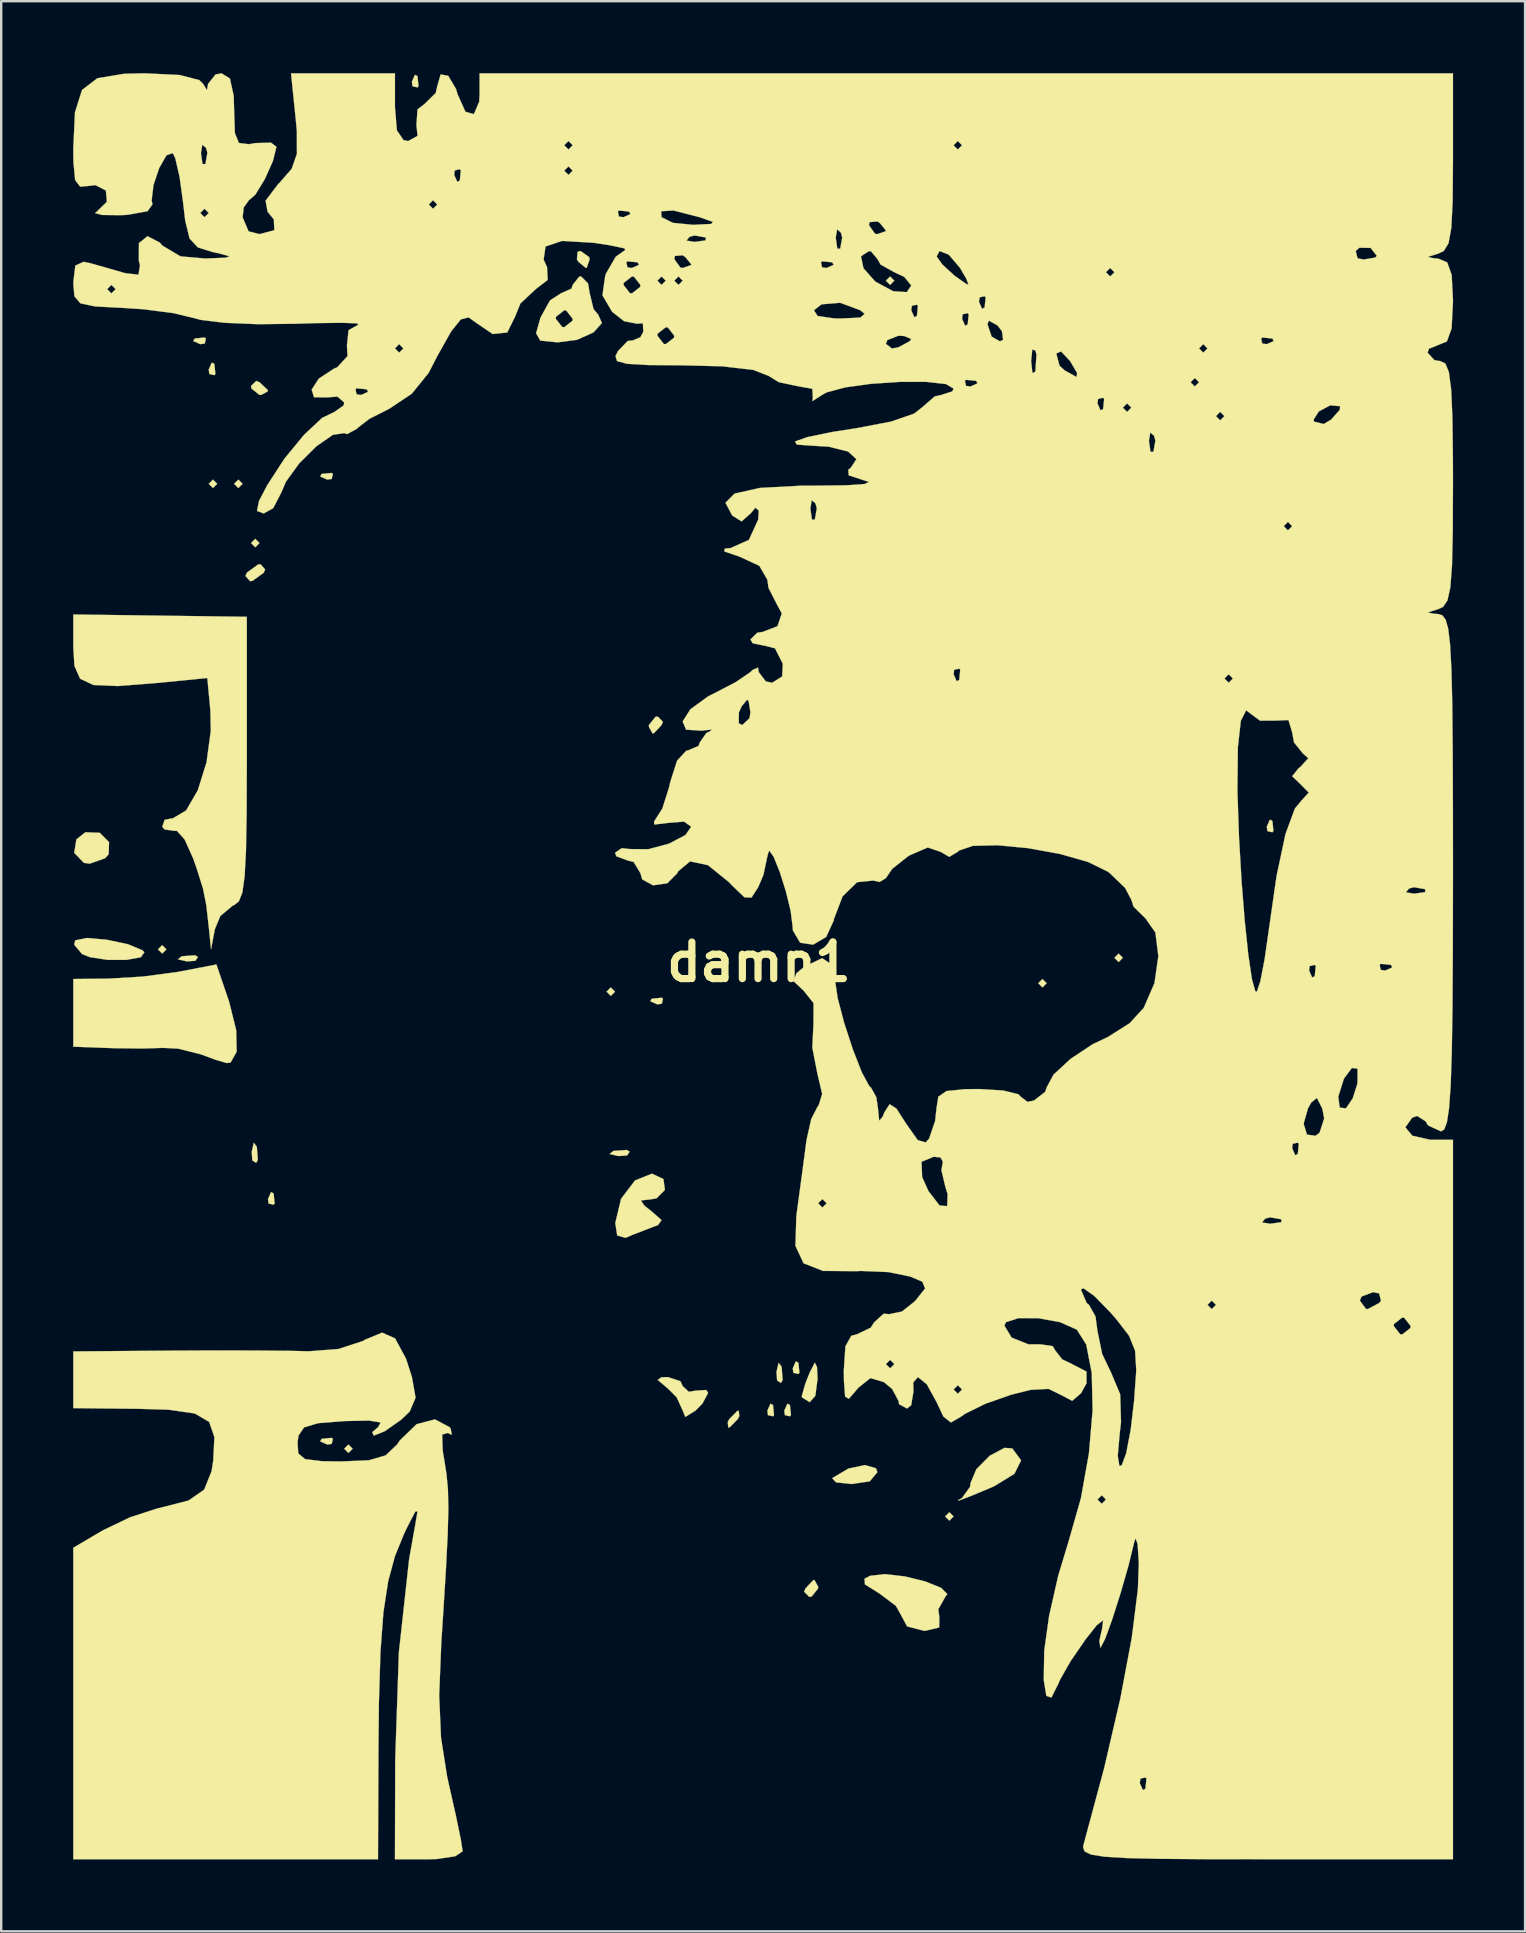
<source format=kicad_pcb>
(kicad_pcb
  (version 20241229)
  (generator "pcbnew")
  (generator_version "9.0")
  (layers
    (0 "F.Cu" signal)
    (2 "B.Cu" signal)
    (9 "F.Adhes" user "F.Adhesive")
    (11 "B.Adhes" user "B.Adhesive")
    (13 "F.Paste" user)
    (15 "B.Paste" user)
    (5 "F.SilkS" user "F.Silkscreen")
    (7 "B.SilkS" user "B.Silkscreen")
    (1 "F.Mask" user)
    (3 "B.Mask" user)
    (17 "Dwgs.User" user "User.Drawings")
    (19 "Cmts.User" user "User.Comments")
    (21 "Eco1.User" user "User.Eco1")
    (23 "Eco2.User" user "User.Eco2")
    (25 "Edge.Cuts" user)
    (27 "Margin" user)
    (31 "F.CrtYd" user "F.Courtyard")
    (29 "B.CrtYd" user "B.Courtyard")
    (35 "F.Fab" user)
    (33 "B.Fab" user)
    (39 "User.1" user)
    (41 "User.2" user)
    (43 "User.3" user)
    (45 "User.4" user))
  (footprint "damn1"
    (layer "F.Cu")
    (at 28.58 37.047)
    (property "Reference" "damn1" (at 0 0 0) (layer "F.SilkS") (effects (font (size 1.524 1.524) (thickness 0.3))))
    (attr through_hole)
    (fp_poly (pts (xy -24.694 -0.529) (xy -24.871 -0.353) (xy -25.047 -0.529) (xy -24.871 -0.706) (xy -24.694 -0.529)) (stroke (width 0.01) (type solid)) (fill yes) (layer "F.SilkS"))
    (fp_poly (pts (xy -22.578 -19.932) (xy -22.754 -19.756) (xy -22.931 -19.932) (xy -22.754 -20.108) (xy -22.578 -19.932)) (stroke (width 0.01) (type solid)) (fill yes) (layer "F.SilkS"))
    (fp_poly (pts (xy -21.519 -19.932) (xy -21.696 -19.756) (xy -21.872 -19.932) (xy -21.696 -20.108) (xy -21.519 -19.932)) (stroke (width 0.01) (type solid)) (fill yes) (layer "F.SilkS"))
    (fp_poly (pts (xy -20.814 -17.462) (xy -20.99 -17.286) (xy -21.167 -17.462) (xy -20.99 -17.639) (xy -20.814 -17.462)) (stroke (width 0.01) (type solid)) (fill yes) (layer "F.SilkS"))
    (fp_poly (pts (xy -16.933 20.285) (xy -17.11 20.461) (xy -17.286 20.285) (xy -17.11 20.108) (xy -16.933 20.285)) (stroke (width 0.01) (type solid)) (fill yes) (layer "F.SilkS"))
    (fp_poly (pts (xy -5.997 1.235) (xy -6.174 1.411) (xy -6.35 1.235) (xy -6.174 1.058) (xy -5.997 1.235)) (stroke (width 0.01) (type solid)) (fill yes) (layer "F.SilkS"))
    (fp_poly (pts (xy 5.644 -28.399) (xy 5.468 -28.222) (xy 5.292 -28.399) (xy 5.468 -28.575) (xy 5.644 -28.399)) (stroke (width 0.01) (type solid)) (fill yes) (layer "F.SilkS"))
    (fp_poly (pts (xy 8.114 23.107) (xy 7.938 23.283) (xy 7.761 23.107) (xy 7.938 22.931) (xy 8.114 23.107)) (stroke (width 0.01) (type solid)) (fill yes) (layer "F.SilkS"))
    (fp_poly (pts (xy 11.994 0.882) (xy 11.818 1.058) (xy 11.642 0.882) (xy 11.818 0.706) (xy 11.994 0.882)) (stroke (width 0.01) (type solid)) (fill yes) (layer "F.SilkS"))
    (fp_poly (pts (xy 15.169 -0.176) (xy 14.993 0) (xy 14.817 -0.176) (xy 14.993 -0.353) (xy 15.169 -0.176)) (stroke (width 0.01) (type solid)) (fill yes) (layer "F.SilkS"))
    (fp_poly (pts (xy -23.379 -0.213) (xy -23.484 -0.053) (xy -23.842 -0.028) (xy -24.218 -0.114) (xy -24.055 -0.241) (xy -23.504 -0.283) (xy -23.379 -0.213)) (stroke (width 0.01) (type solid)) (fill yes) (layer "F.SilkS"))
    (fp_poly (pts (xy -23.048 -25.988) (xy -23.097 -25.778) (xy -23.283 -25.753) (xy -23.574 -25.882) (xy -23.519 -25.988) (xy -23.1 -26.03) (xy -23.048 -25.988)) (stroke (width 0.01) (type solid)) (fill yes) (layer "F.SilkS"))
    (fp_poly (pts (xy -22.695 -24.93) (xy -22.653 -24.511) (xy -22.695 -24.459) (xy -22.905 -24.508) (xy -22.931 -24.694) (xy -22.801 -24.985) (xy -22.695 -24.93)) (stroke (width 0.01) (type solid)) (fill yes) (layer "F.SilkS"))
    (fp_poly (pts (xy -20.926 7.695) (xy -20.884 8.246) (xy -20.954 8.371) (xy -21.114 8.266) (xy -21.139 7.908) (xy -21.053 7.532) (xy -20.926 7.695)) (stroke (width 0.01) (type solid)) (fill yes) (layer "F.SilkS"))
    (fp_poly (pts (xy -20.226 9.643) (xy -20.184 10.061) (xy -20.226 10.113) (xy -20.436 10.065) (xy -20.461 9.878) (xy -20.332 9.587) (xy -20.226 9.643)) (stroke (width 0.01) (type solid)) (fill yes) (layer "F.SilkS"))
    (fp_poly (pts (xy -17.756 -20.344) (xy -17.805 -20.134) (xy -17.992 -20.108) (xy -18.282 -20.237) (xy -18.227 -20.344) (xy -17.808 -20.386) (xy -17.756 -20.344)) (stroke (width 0.01) (type solid)) (fill yes) (layer "F.SilkS"))
    (fp_poly (pts (xy -17.756 19.873) (xy -17.805 20.083) (xy -17.992 20.108) (xy -18.282 19.979) (xy -18.227 19.873) (xy -17.808 19.831) (xy -17.756 19.873)) (stroke (width 0.01) (type solid)) (fill yes) (layer "F.SilkS"))
    (fp_poly (pts (xy -14.229 -36.924) (xy -14.186 -36.505) (xy -14.229 -36.454) (xy -14.438 -36.502) (xy -14.464 -36.689) (xy -14.335 -36.979) (xy -14.229 -36.924)) (stroke (width 0.01) (type solid)) (fill yes) (layer "F.SilkS"))
    (fp_poly (pts (xy -5.387 7.901) (xy -5.492 8.061) (xy -5.85 8.086) (xy -6.227 8) (xy -6.063 7.873) (xy -5.512 7.831) (xy -5.387 7.901)) (stroke (width 0.01) (type solid)) (fill yes) (layer "F.SilkS"))
    (fp_poly (pts (xy -3.998 1.529) (xy -4.047 1.738) (xy -4.233 1.764) (xy -4.524 1.635) (xy -4.469 1.529) (xy -4.05 1.486) (xy -3.998 1.529)) (stroke (width 0.01) (type solid)) (fill yes) (layer "F.SilkS"))
    (fp_poly (pts (xy 0.588 18.462) (xy 0.63 18.881) (xy 0.588 18.932) (xy 0.378 18.884) (xy 0.353 18.697) (xy 0.482 18.407) (xy 0.588 18.462)) (stroke (width 0.01) (type solid)) (fill yes) (layer "F.SilkS"))
    (fp_poly (pts (xy 0.947 16.867) (xy 0.989 17.419) (xy 0.919 17.543) (xy 0.758 17.438) (xy 0.733 17.08) (xy 0.82 16.704) (xy 0.947 16.867)) (stroke (width 0.01) (type solid)) (fill yes) (layer "F.SilkS"))
    (fp_poly (pts (xy 1.294 18.462) (xy 1.336 18.881) (xy 1.294 18.932) (xy 1.084 18.884) (xy 1.058 18.697) (xy 1.187 18.407) (xy 1.294 18.462)) (stroke (width 0.01) (type solid)) (fill yes) (layer "F.SilkS"))
    (fp_poly (pts (xy 1.646 16.698) (xy 1.689 17.117) (xy 1.646 17.169) (xy 1.437 17.12) (xy 1.411 16.933) (xy 1.54 16.643) (xy 1.646 16.698)) (stroke (width 0.01) (type solid)) (fill yes) (layer "F.SilkS"))
    (fp_poly (pts (xy 21.402 -5.88) (xy 21.444 -5.461) (xy 21.402 -5.409) (xy 21.192 -5.458) (xy 21.167 -5.644) (xy 21.296 -5.935) (xy 21.402 -5.88)) (stroke (width 0.01) (type solid)) (fill yes) (layer "F.SilkS"))
    (fp_poly (pts (xy -20.814 -24.165) (xy -20.477 -23.848) (xy -20.461 -23.792) (xy -20.734 -23.64) (xy -20.814 -23.636) (xy -21.153 -23.907) (xy -21.167 -24.01) (xy -20.951 -24.22) (xy -20.814 -24.165)) (stroke (width 0.01) (type solid)) (fill yes) (layer "F.SilkS"))
    (fp_poly (pts (xy -20.581 -16.363) (xy -20.637 -16.228) (xy -21.105 -15.888) (xy -21.208 -15.875) (xy -21.4 -16.092) (xy -21.343 -16.228) (xy -20.876 -16.567) (xy -20.772 -16.581) (xy -20.581 -16.363)) (stroke (width 0.01) (type solid)) (fill yes) (layer "F.SilkS"))
    (fp_poly (pts (xy -7.07 -29.377) (xy -7.056 -29.281) (xy -7.176 -28.937) (xy -7.211 -28.928) (xy -7.512 -29.175) (xy -7.585 -29.281) (xy -7.557 -29.606) (xy -7.429 -29.633) (xy -7.07 -29.377)) (stroke (width 0.01) (type solid)) (fill yes) (layer "F.SilkS"))
    (fp_poly (pts (xy -4.002 -10.014) (xy -4.057 -9.878) (xy -4.374 -9.541) (xy -4.431 -9.525) (xy -4.582 -9.798) (xy -4.586 -9.878) (xy -4.315 -10.217) (xy -4.213 -10.231) (xy -4.002 -10.014)) (stroke (width 0.01) (type solid)) (fill yes) (layer "F.SilkS"))
    (fp_poly (pts (xy -0.816 18.925) (xy -0.882 19.05) (xy -1.214 19.387) (xy -1.276 19.403) (xy -1.3 19.175) (xy -1.235 19.05) (xy -0.902 18.713) (xy -0.84 18.697) (xy -0.816 18.925)) (stroke (width 0.01) (type solid)) (fill yes) (layer "F.SilkS"))
    (fp_poly (pts (xy 2.465 26.026) (xy 2.469 26.106) (xy 2.198 26.445) (xy 2.096 26.458) (xy 1.885 26.242) (xy 1.94 26.106) (xy 2.257 25.769) (xy 2.314 25.753) (xy 2.465 26.026)) (stroke (width 0.01) (type solid)) (fill yes) (layer "F.SilkS"))
    (fp_poly (pts (xy -27.473 -5.387) (xy -27.085 -4.998) (xy -27.1 -4.494) (xy -27.248 -4.328) (xy -27.89 -4.1) (xy -28.134 -4.134) (xy -28.537 -4.554) (xy -28.446 -5.113) (xy -28.072 -5.409) (xy -27.473 -5.387)) (stroke (width 0.01) (type solid)) (fill yes) (layer "F.SilkS"))
    (fp_poly (pts (xy 2.422 16.886) (xy 2.445 17.374) (xy 2.352 18.078) (xy 2.117 18.344) (xy 1.793 18.144) (xy 1.789 18.08) (xy 1.935 17.57) (xy 2.117 17.11) (xy 2.333 16.692) (xy 2.422 16.886)) (stroke (width 0.01) (type solid)) (fill yes) (layer "F.SilkS"))
    (fp_poly (pts (xy 4.88 21.099) (xy 4.939 21.26) (xy 4.62 21.643) (xy 3.869 21.755) (xy 3.212 21.685) (xy 3.059 21.517) (xy 3.075 21.5) (xy 3.728 21.11) (xy 4.42 20.965) (xy 4.88 21.099)) (stroke (width 0.01) (type solid)) (fill yes) (layer "F.SilkS"))
    (fp_poly (pts (xy -27.173 -0.93) (xy -26.296 -0.742) (xy -25.694 -0.492) (xy -25.612 -0.41) (xy -25.76 -0.2) (xy -26.357 -0.091) (xy -27.151 -0.091) (xy -27.891 -0.205) (xy -28.212 -0.336) (xy -28.539 -0.725) (xy -28.493 -0.905) (xy -28.011 -1.003) (xy -27.173 -0.93)) (stroke (width 0.01) (type solid)) (fill yes) (layer "F.SilkS"))
    (fp_poly (pts (xy 10.561 20.271) (xy 10.928 20.768) (xy 10.65 21.329) (xy 9.79 21.856) (xy 8.865 22.242) (xy 8.333 22.446) (xy 8.299 22.428) (xy 8.458 22.346) (xy 8.8 21.874) (xy 8.819 21.721) (xy 9.062 21.138) (xy 9.62 20.576) (xy 10.236 20.248) (xy 10.561 20.271)) (stroke (width 0.01) (type solid)) (fill yes) (layer "F.SilkS"))
    (fp_poly (pts (xy -3.27 17.471) (xy -3.175 17.677) (xy -2.918 17.913) (xy -2.646 17.864) (xy -2.191 17.836) (xy -2.117 17.96) (xy -2.358 18.409) (xy -2.646 18.697) (xy -3.068 18.959) (xy -3.175 18.695) (xy -3.175 18.691) (xy -3.43 18.137) (xy -3.792 17.777) (xy -4.217 17.417) (xy -4.068 17.308) (xy -3.792 17.297) (xy -3.27 17.471)) (stroke (width 0.01) (type solid)) (fill yes) (layer "F.SilkS"))
    (fp_poly (pts (xy -3.978 9.043) (xy -3.918 9.496) (xy -4.267 9.849) (xy -4.498 9.889) (xy -4.919 9.936) (xy -4.769 10.157) (xy -4.49 10.375) (xy -4.058 10.755) (xy -4.203 10.96) (xy -4.49 11.069) (xy -5.269 11.37) (xy -5.556 11.495) (xy -5.906 11.396) (xy -5.986 10.877) (xy -5.744 9.866) (xy -5.163 9.102) (xy -4.459 8.819) (xy -3.978 9.043)) (stroke (width 0.01) (type solid)) (fill yes) (layer "F.SilkS"))
    (fp_poly (pts (xy -22.081 1.652) (xy -21.785 2.84) (xy -21.766 3.736) (xy -22.019 4.187) (xy -22.175 4.211) (xy -22.644 4.075) (xy -23.242 3.852) (xy -24.203 3.609) (xy -24.83 3.577) (xy -25.659 3.603) (xy -26.785 3.592) (xy -27.076 3.583) (xy -28.575 3.528) (xy -28.575 0.706) (xy -27.076 0.69) (xy -25.679 0.605) (xy -24.247 0.416) (xy -24.093 0.388) (xy -22.61 0.101) (xy -22.081 1.652)) (stroke (width 0.01) (type solid)) (fill yes) (layer "F.SilkS"))
    (fp_poly (pts (xy 6.089 25.607) (xy 6.936 25.816) (xy 7.591 26.079) (xy 7.852 26.34) (xy 7.77 26.453) (xy 7.477 26.977) (xy 7.522 27.305) (xy 7.513 27.735) (xy 6.944 27.869) (xy 6.868 27.869) (xy 6.172 27.687) (xy 5.997 27.352) (xy 5.713 26.836) (xy 5.03 26.322) (xy 5.027 26.32) (xy 4.418 25.94) (xy 4.402 25.701) (xy 4.637 25.58) (xy 5.256 25.51) (xy 6.089 25.607)) (stroke (width 0.01) (type solid)) (fill yes) (layer "F.SilkS"))
    (fp_poly (pts (xy -7.119 -28.28) (xy -7.056 -27.89) (xy -6.892 -27.214) (xy -6.7 -26.986) (xy -6.542 -26.634) (xy -6.894 -26.243) (xy -7.579 -25.934) (xy -8.383 -25.828) (xy -9.111 -25.901) (xy -9.287 -26.209) (xy -9.116 -26.811) (xy -8.467 -26.811) (xy -8.198 -26.469) (xy -8.114 -26.458) (xy -7.771 -26.727) (xy -7.761 -26.811) (xy -8.03 -27.154) (xy -8.114 -27.164) (xy -8.456 -26.895) (xy -8.467 -26.811) (xy -9.116 -26.811) (xy -9.101 -26.864) (xy -8.706 -27.577) (xy -8.256 -27.869) (xy -7.809 -28.071) (xy -7.761 -28.222) (xy -7.493 -28.565) (xy -7.408 -28.575) (xy -7.119 -28.28)) (stroke (width 0.01) (type solid)) (fill yes) (layer "F.SilkS"))
    (fp_poly (pts (xy -24.959 -14.438) (xy -21.343 -14.39) (xy -21.343 -8.447) (xy -21.35 -6.249) (xy -21.377 -4.656) (xy -21.434 -3.571) (xy -21.53 -2.894) (xy -21.676 -2.526) (xy -21.879 -2.368) (xy -21.931 -2.352) (xy -22.448 -1.919) (xy -22.676 -1.364) (xy -22.834 -0.529) (xy -22.923 -1.411) (xy -23.032 -2.373) (xy -23.17 -3.065) (xy -23.425 -3.876) (xy -23.581 -4.325) (xy -23.937 -5.112) (xy -24.265 -5.473) (xy -24.346 -5.466) (xy -24.773 -5.527) (xy -24.867 -5.639) (xy -24.77 -5.927) (xy -24.414 -5.997) (xy -23.872 -6.319) (xy -23.387 -7.157) (xy -23.022 -8.326) (xy -22.845 -9.635) (xy -22.862 -10.493) (xy -22.99 -11.838) (xy -25.165 -11.625) (xy -26.735 -11.503) (xy -27.735 -11.546) (xy -28.291 -11.808) (xy -28.528 -12.345) (xy -28.575 -13.105) (xy -28.575 -14.486) (xy -24.959 -14.438)) (stroke (width 0.01) (type solid)) (fill yes) (layer "F.SilkS"))
    (fp_poly (pts (xy -15.161 15.687) (xy -14.708 16.531) (xy -14.462 17.294) (xy -14.309 18.158) (xy -14.555 18.737) (xy -14.917 19.08) (xy -15.6 19.558) (xy -16.051 19.738) (xy -16.116 19.594) (xy -15.875 19.39) (xy -15.765 19.19) (xy -16.255 19.11) (xy -17.258 19.131) (xy -18.372 19.219) (xy -18.956 19.394) (xy -19.187 19.734) (xy -19.228 20.02) (xy -19.199 20.481) (xy -18.914 20.718) (xy -18.204 20.804) (xy -17.412 20.814) (xy -16.254 20.765) (xy -15.559 20.561) (xy -15.087 20.115) (xy -14.961 19.932) (xy -14.267 19.261) (xy -13.503 19.061) (xy -12.894 19.383) (xy -12.843 19.457) (xy -12.801 19.7) (xy -12.977 19.626) (xy -13.201 19.696) (xy -13.178 20.369) (xy -13.12 20.718) (xy -13.02 21.343) (xy -12.96 21.989) (xy -12.943 22.781) (xy -12.97 23.845) (xy -13.044 25.306) (xy -13.167 27.288) (xy -13.239 28.399) (xy -13.326 30.57) (xy -13.249 32.328) (xy -12.994 33.949) (xy -12.909 34.33) (xy -12.629 35.575) (xy -12.427 36.553) (xy -12.347 37.058) (xy -12.347 37.064) (xy -12.66 37.271) (xy -13.442 37.386) (xy -13.758 37.394) (xy -15.169 37.394) (xy -15.158 33.249) (xy -15.006 28.776) (xy -14.578 24.882) (xy -14.324 23.46) (xy -14.23 22.898) (xy -14.318 22.901) (xy -14.632 23.502) (xy -14.781 23.812) (xy -15.169 24.759) (xy -15.453 25.814) (xy -15.65 27.103) (xy -15.773 28.752) (xy -15.838 30.886) (xy -15.857 32.897) (xy -15.875 37.394) (xy -28.575 37.394) (xy -28.575 24.411) (xy -27.35 23.689) (xy -26.213 23.143) (xy -25.061 22.769) (xy -24.946 22.745) (xy -23.771 22.442) (xy -23.12 21.989) (xy -22.813 21.223) (xy -22.744 20.781) (xy -22.694 19.797) (xy -22.912 19.168) (xy -23.513 18.815) (xy -24.613 18.657) (xy -25.877 18.62) (xy -28.575 18.592) (xy -28.575 16.228) (xy -24.43 16.195) (xy -22.618 16.187) (xy -20.91 16.191) (xy -19.519 16.204) (xy -18.766 16.223) (xy -17.525 16.127) (xy -16.515 15.798) (xy -16.417 15.74) (xy -15.704 15.445) (xy -15.161 15.687)) (stroke (width 0.01) (type solid)) (fill yes) (layer "F.SilkS"))
    (fp_poly (pts (xy -15.169 -35.631) (xy -15.088 -34.664) (xy -14.811 -34.256) (xy -14.617 -34.219) (xy -14.227 -34.433) (xy -14.274 -34.883) (xy -14.228 -35.54) (xy -13.945 -35.754) (xy -13.469 -36.223) (xy -13.406 -36.501) (xy -13.264 -36.995) (xy -12.948 -36.937) (xy -12.625 -36.392) (xy -12.555 -36.16) (xy -12.231 -35.44) (xy -11.88 -35.339) (xy -11.659 -35.856) (xy -11.642 -36.16) (xy -11.642 -37.042) (xy 28.928 -37.042) (xy 28.928 -33.363) (xy 28.914 -31.693) (xy 28.859 -30.6) (xy 28.743 -29.956) (xy 28.544 -29.635) (xy 28.31 -29.524) (xy 27.876 -29.39) (xy 28.126 -29.334) (xy 28.31 -29.321) (xy 28.688 -29.162) (xy 28.875 -28.637) (xy 28.928 -27.584) (xy 28.928 -27.517) (xy 28.871 -26.407) (xy 28.675 -25.866) (xy 28.399 -25.753) (xy 27.929 -25.562) (xy 27.869 -25.4) (xy 28.155 -25.087) (xy 28.399 -25.047) (xy 28.609 -24.95) (xy 28.757 -24.59) (xy 28.852 -23.87) (xy 28.905 -22.688) (xy 28.926 -20.945) (xy 28.928 -19.958) (xy 28.92 -17.95) (xy 28.888 -16.54) (xy 28.818 -15.617) (xy 28.699 -15.075) (xy 28.518 -14.804) (xy 28.31 -14.707) (xy 27.876 -14.573) (xy 28.126 -14.518) (xy 28.31 -14.505) (xy 28.485 -14.452) (xy 28.623 -14.27) (xy 28.73 -13.886) (xy 28.808 -13.226) (xy 28.863 -12.217) (xy 28.898 -10.785) (xy 28.917 -8.858) (xy 28.926 -6.362) (xy 28.928 -3.704) (xy 28.923 -0.609) (xy 28.908 1.849) (xy 28.879 3.739) (xy 28.833 5.128) (xy 28.766 6.086) (xy 28.676 6.681) (xy 28.559 6.981) (xy 28.428 7.056) (xy 27.888 6.808) (xy 27.79 6.64) (xy 27.436 6.414) (xy 27.226 6.488) (xy 26.943 6.888) (xy 27.236 7.239) (xy 27.98 7.407) (xy 28.067 7.408) (xy 28.928 7.408) (xy 28.928 37.394) (xy 21.143 37.394) (xy 18.606 37.391) (xy 16.691 37.376) (xy 15.314 37.344) (xy 14.391 37.286) (xy 13.839 37.197) (xy 13.574 37.069) (xy 13.512 36.896) (xy 13.534 36.777) (xy 14.222 34.219) (xy 15.875 34.219) (xy 16.004 34.51) (xy 16.11 34.455) (xy 16.152 34.036) (xy 16.11 33.984) (xy 15.9 34.033) (xy 15.875 34.219) (xy 14.222 34.219) (xy 14.388 33.602) (xy 15.063 30.699) (xy 15.539 28.175) (xy 15.796 26.131) (xy 15.834 25.026) (xy 15.783 24.253) (xy 15.699 24.018) (xy 15.646 24.165) (xy 15.404 25.155) (xy 15.078 26.293) (xy 14.733 27.376) (xy 14.433 28.203) (xy 14.242 28.571) (xy 14.231 28.575) (xy 14.189 28.29) (xy 14.304 27.781) (xy 14.347 27.433) (xy 14.078 27.644) (xy 13.621 28.222) (xy 12.993 29.135) (xy 12.552 29.909) (xy 12.482 30.074) (xy 12.191 30.654) (xy 11.98 30.586) (xy 11.872 29.929) (xy 11.892 28.738) (xy 11.897 28.663) (xy 12.095 27.251) (xy 12.476 25.572) (xy 12.909 24.141) (xy 13.405 22.401) (xy 14.111 22.401) (xy 14.288 22.578) (xy 14.464 22.401) (xy 14.288 22.225) (xy 14.111 22.401) (xy 13.405 22.401) (xy 13.42 22.347) (xy 13.755 20.478) (xy 13.908 18.686) (xy 13.872 17.123) (xy 13.642 15.941) (xy 13.25 15.32) (xy 12.555 15.011) (xy 11.663 14.846) (xy 10.828 14.84) (xy 10.3 15.007) (xy 10.231 15.149) (xy 10.532 15.652) (xy 11.238 15.934) (xy 11.73 15.932) (xy 12.248 16.008) (xy 12.347 16.182) (xy 12.639 16.558) (xy 13.053 16.757) (xy 13.654 17.069) (xy 13.654 17.558) (xy 13.427 17.969) (xy 13.058 18.289) (xy 12.576 18.035) (xy 12.072 17.79) (xy 11.331 17.829) (xy 10.521 18.031) (xy 9.448 18.406) (xy 8.603 18.821) (xy 8.426 18.946) (xy 8.002 19.19) (xy 7.689 18.944) (xy 7.413 18.356) (xy 7.116 17.815) (xy 8.114 17.815) (xy 8.29 17.992) (xy 8.467 17.815) (xy 8.29 17.639) (xy 8.114 17.815) (xy 7.116 17.815) (xy 6.995 17.595) (xy 6.628 17.298) (xy 6.432 17.522) (xy 6.442 17.903) (xy 6.347 18.47) (xy 6.174 18.609) (xy 5.843 18.428) (xy 5.821 18.295) (xy 5.554 17.794) (xy 5.213 17.509) (xy 4.645 17.34) (xy 4.133 17.752) (xy 4.078 17.823) (xy 3.749 18.202) (xy 3.594 18.115) (xy 3.544 17.462) (xy 3.539 17.022) (xy 3.556 16.757) (xy 5.292 16.757) (xy 5.468 16.933) (xy 5.644 16.757) (xy 5.468 16.581) (xy 5.292 16.757) (xy 3.556 16.757) (xy 3.605 16.017) (xy 3.852 15.574) (xy 4.068 15.522) (xy 4.662 15.238) (xy 4.803 15.015) (xy 5.201 14.657) (xy 5.431 14.675) (xy 5.964 14.565) (xy 6.507 14.133) (xy 6.89 13.649) (xy 13.42 13.649) (xy 13.661 14.211) (xy 13.758 14.287) (xy 14.03 14.773) (xy 14.111 15.379) (xy 14.306 16.331) (xy 14.687 17.131) (xy 15.058 18.017) (xy 15.092 19.175) (xy 15.036 19.662) (xy 14.957 20.584) (xy 15.025 21.003) (xy 15.121 20.976) (xy 15.309 20.471) (xy 15.497 19.481) (xy 15.636 18.295) (xy 15.728 17.022) (xy 15.679 16.197) (xy 15.423 15.567) (xy 15.115 15.169) (xy 26.458 15.169) (xy 26.727 15.512) (xy 26.811 15.522) (xy 27.154 15.254) (xy 27.164 15.169) (xy 26.895 14.827) (xy 26.811 14.817) (xy 26.469 15.085) (xy 26.458 15.169) (xy 15.115 15.169) (xy 14.89 14.879) (xy 14.638 14.591) (xy 14.341 14.287) (xy 18.697 14.287) (xy 18.874 14.464) (xy 19.05 14.287) (xy 18.874 14.111) (xy 25.047 14.111) (xy 25.3 14.454) (xy 25.379 14.464) (xy 25.857 14.207) (xy 25.929 14.111) (xy 25.849 13.809) (xy 25.597 13.758) (xy 25.115 13.943) (xy 25.047 14.111) (xy 18.874 14.111) (xy 18.697 14.287) (xy 14.341 14.287) (xy 13.968 13.907) (xy 13.525 13.595) (xy 13.42 13.649) (xy 6.89 13.649) (xy 6.927 13.602) (xy 6.811 13.322) (xy 6.308 13.108) (xy 5.398 12.922) (xy 4.247 12.874) (xy 4.057 12.884) (xy 2.672 12.873) (xy 1.861 12.554) (xy 1.523 11.83) (xy 1.552 10.852) (xy 20.967 10.852) (xy 21.314 10.908) (xy 21.771 10.843) (xy 21.777 10.723) (xy 21.305 10.639) (xy 21.101 10.695) (xy 20.967 10.852) (xy 1.552 10.852) (xy 1.559 10.602) (xy 1.577 10.461) (xy 1.632 10.054) (xy 2.469 10.054) (xy 2.646 10.231) (xy 2.822 10.054) (xy 2.646 9.878) (xy 2.469 10.054) (xy 1.632 10.054) (xy 1.758 9.122) (xy 1.865 8.322) (xy 6.779 8.322) (xy 6.803 8.96) (xy 7.068 9.548) (xy 7.529 10.145) (xy 7.847 10.173) (xy 7.865 9.669) (xy 7.775 9.385) (xy 7.606 8.674) (xy 7.666 8.327) (xy 7.574 8.148) (xy 7.291 8.114) (xy 6.779 8.322) (xy 1.865 8.322) (xy 1.928 7.85) (xy 1.939 7.761) (xy 22.225 7.761) (xy 22.354 8.051) (xy 22.46 7.996) (xy 22.502 7.578) (xy 22.46 7.526) (xy 22.25 7.574) (xy 22.225 7.761) (xy 1.939 7.761) (xy 1.984 7.421) (xy 2.181 6.542) (xy 2.453 6.012) (xy 2.486 5.987) (xy 2.637 5.495) (xy 2.437 4.645) (xy 2.226 3.569) (xy 2.273 2.602) (xy 2.278 1.712) (xy 1.868 1.197) (xy 1.438 0.792) (xy 1.566 0.465) (xy 1.904 0.188) (xy 2.636 -0.162) (xy 3.069 0.123) (xy 3.175 0.767) (xy 3.283 1.504) (xy 3.556 2.54) (xy 3.918 3.648) (xy 4.291 4.6) (xy 4.6 5.169) (xy 4.674 5.233) (xy 4.896 5.636) (xy 4.964 6.115) (xy 5.013 6.615) (xy 5.155 6.449) (xy 5.236 6.254) (xy 5.447 5.926) (xy 5.728 6.102) (xy 6.136 6.734) (xy 6.619 7.421) (xy 6.95 7.517) (xy 7.093 7.359) (xy 7.307 6.737) (xy 22.704 6.737) (xy 22.842 7.192) (xy 23.201 7.239) (xy 23.37 7.11) (xy 23.559 6.518) (xy 23.483 6.109) (xy 23.257 5.662) (xy 23.023 5.856) (xy 22.888 6.088) (xy 22.704 6.737) (xy 7.307 6.737) (xy 7.345 6.624) (xy 7.403 6.085) (xy 7.478 5.613) (xy 7.815 5.377) (xy 8.593 5.298) (xy 9.172 5.292) (xy 10.178 5.353) (xy 10.817 5.51) (xy 10.936 5.633) (xy 11.195 5.827) (xy 11.465 5.772) (xy 11.674 5.61) (xy 24.147 5.61) (xy 24.207 6.065) (xy 24.466 6.098) (xy 24.749 5.682) (xy 24.947 5.061) (xy 24.951 4.477) (xy 24.94 4.441) (xy 24.713 4.415) (xy 24.384 4.859) (xy 24.147 5.61) (xy 11.674 5.61) (xy 11.933 5.408) (xy 11.994 5.222) (xy 12.278 4.695) (xy 12.986 4.038) (xy 13.909 3.425) (xy 14.529 3.132) (xy 15.449 2.552) (xy 16.039 1.91) (xy 16.485 0.882) (xy 16.648 -0.249) (xy 16.524 -1.233) (xy 16.11 -1.823) (xy 15.614 -2.308) (xy 15.522 -2.597) (xy 15.261 -3.091) (xy 14.625 -3.704) (xy 14.536 -3.771) (xy 13.718 -4.172) (xy 12.546 -4.506) (xy 11.222 -4.747) (xy 9.945 -4.868) (xy 8.916 -4.843) (xy 8.334 -4.644) (xy 8.299 -4.601) (xy 7.934 -4.384) (xy 7.577 -4.593) (xy 7.039 -4.774) (xy 6.293 -4.454) (xy 6.197 -4.393) (xy 5.558 -3.886) (xy 5.292 -3.499) (xy 5.292 -3.498) (xy 5.032 -3.338) (xy 4.772 -3.397) (xy 4.093 -3.329) (xy 3.488 -2.738) (xy 3.129 -1.799) (xy 3.119 -1.733) (xy 2.805 -1.047) (xy 2.26 -0.725) (xy 1.719 -0.803) (xy 1.417 -1.316) (xy 1.406 -1.475) (xy 1.323 -2.13) (xy 1.123 -2.952) (xy 0.866 -3.764) (xy 0.614 -4.388) (xy 0.428 -4.648) (xy 0.368 -4.475) (xy 0.19 -3.637) (xy -0.025 -3.128) (xy -0.308 -2.688) (xy -0.601 -2.697) (xy -1.115 -3.189) (xy -1.243 -3.327) (xy -2.124 -4.038) (xy -2.871 -4.196) (xy -3.368 -3.78) (xy -3.4 -3.704) (xy -3.819 -3.283) (xy -4.413 -3.198) (xy -4.865 -3.448) (xy -4.939 -3.704) (xy -5.221 -4.172) (xy -5.468 -4.233) (xy -5.938 -4.406) (xy -5.997 -4.553) (xy -5.72 -4.745) (xy -5.369 -4.709) (xy -4.614 -4.702) (xy -3.75 -4.932) (xy -3.061 -5.296) (xy -2.822 -5.642) (xy -3.119 -5.853) (xy -3.792 -5.799) (xy -4.361 -5.731) (xy -4.369 -5.87) (xy -4.354 -5.881) (xy -4.025 -6.399) (xy -3.763 -7.222) (xy 19.944 -7.222) (xy 19.949 -6.963) (xy 20.012 -5.171) (xy 20.116 -3.379) (xy 20.249 -1.716) (xy 20.397 -0.31) (xy 20.548 0.71) (xy 20.69 1.216) (xy 20.752 1.238) (xy 20.899 0.805) (xy 20.986 0.353) (xy 22.931 0.353) (xy 23.06 0.643) (xy 23.166 0.588) (xy 23.208 0.169) (xy 23.166 0.118) (xy 25.87 0.118) (xy 25.919 0.327) (xy 26.106 0.353) (xy 26.396 0.224) (xy 26.341 0.118) (xy 25.922 0.075) (xy 25.87 0.118) (xy 23.166 0.118) (xy 22.956 0.166) (xy 22.931 0.353) (xy 20.986 0.353) (xy 21.077 -0.118) (xy 21.226 -1.159) (xy 21.477 -2.907) (xy 26.964 -2.907) (xy 27.311 -2.85) (xy 27.768 -2.915) (xy 27.774 -3.035) (xy 27.302 -3.12) (xy 27.098 -3.063) (xy 26.964 -2.907) (xy 21.477 -2.907) (xy 21.576 -3.592) (xy 21.946 -5.334) (xy 22.339 -6.399) (xy 22.626 -6.746) (xy 22.917 -7.064) (xy 22.578 -7.408) (xy 22.226 -7.746) (xy 22.495 -8.08) (xy 22.578 -8.141) (xy 22.897 -8.497) (xy 22.666 -8.699) (xy 22.3 -9.158) (xy 22.225 -9.578) (xy 22.07 -10.086) (xy 21.549 -10.064) (xy 20.888 -10.061) (xy 20.623 -10.254) (xy 20.307 -10.492) (xy 20.086 -10.052) (xy 19.963 -8.955) (xy 19.944 -7.222) (xy -3.763 -7.222) (xy -3.739 -7.298) (xy -3.697 -7.497) (xy -3.41 -8.395) (xy -3.023 -8.811) (xy -2.959 -8.819) (xy -2.515 -9.008) (xy -2.469 -9.146) (xy -2.191 -9.545) (xy -2.028 -9.624) (xy -1.966 -9.692) (xy -2.381 -9.643) (xy -3.035 -9.685) (xy -3.147 -9.953) (xy -0.84 -9.953) (xy -0.694 -9.878) (xy -0.391 -10.164) (xy -0.353 -10.407) (xy -0.428 -10.878) (xy -0.491 -10.936) (xy -0.719 -10.66) (xy -0.833 -10.407) (xy -0.84 -9.953) (xy -3.147 -9.953) (xy -3.178 -10.027) (xy -2.857 -10.535) (xy -2.116 -11.074) (xy -1.852 -11.206) (xy -0.955 -11.674) (xy -0.351 -12.086) (xy -0.27 -12.171) (xy -0.038 -12.273) (xy -0.005 -12.083) (xy 0.286 -11.697) (xy 0.554 -11.642) (xy 0.972 -11.905) (xy 0.976 -11.994) (xy 8.114 -11.994) (xy 8.243 -11.704) (xy 8.349 -11.759) (xy 8.355 -11.818) (xy 19.403 -11.818) (xy 19.579 -11.642) (xy 19.756 -11.818) (xy 19.579 -11.994) (xy 19.403 -11.818) (xy 8.355 -11.818) (xy 8.391 -12.178) (xy 8.349 -12.23) (xy 8.139 -12.181) (xy 8.114 -11.994) (xy 0.976 -11.994) (xy 0.995 -12.435) (xy 0.671 -13.075) (xy 0.264 -13.18) (xy -0.257 -13.285) (xy -0.353 -13.445) (xy -0.068 -13.726) (xy 0.156 -13.758) (xy 0.775 -13.998) (xy 0.953 -14.529) (xy 0.745 -14.918) (xy 0.399 -15.597) (xy 0.353 -15.935) (xy 0.016 -16.516) (xy -0.794 -16.891) (xy -1.444 -17.116) (xy -1.424 -17.232) (xy -1.184 -17.254) (xy -0.417 -17.595) (xy -0.154 -18.168) (xy 21.872 -18.168) (xy 22.049 -17.992) (xy 22.225 -18.168) (xy 22.049 -18.344) (xy 21.872 -18.168) (xy -0.154 -18.168) (xy -0.03 -18.439) (xy -0.005 -18.814) (xy -0.108 -18.903) (xy 2.145 -18.903) (xy 2.209 -18.445) (xy 2.33 -18.44) (xy 2.414 -18.912) (xy 2.358 -19.116) (xy 2.201 -19.25) (xy 2.145 -18.903) (xy -0.108 -18.903) (xy -0.146 -18.936) (xy -0.343 -18.7) (xy -0.72 -18.367) (xy -1.114 -18.612) (xy -1.393 -19.143) (xy -1.011 -19.525) (xy 0.041 -19.761) (xy 1.773 -19.855) (xy 2.371 -19.856) (xy 3.644 -19.87) (xy 4.408 -19.924) (xy 4.587 -20.01) (xy 4.41 -20.068) (xy 3.742 -20.285) (xy 3.727 -20.525) (xy 3.83 -20.601) (xy 4.065 -20.961) (xy 3.716 -21.278) (xy 2.906 -21.48) (xy 2.322 -21.514) (xy 1.587 -21.565) (xy 1.5 -21.693) (xy 1.59 -21.725) (xy 16.256 -21.725) (xy 16.32 -21.268) (xy 16.441 -21.262) (xy 16.525 -21.734) (xy 16.469 -21.938) (xy 16.312 -22.072) (xy 16.256 -21.725) (xy 1.59 -21.725) (xy 2.011 -21.877) (xy 3.07 -22.095) (xy 4.099 -22.256) (xy 5.514 -22.527) (xy 6.17 -22.754) (xy 19.05 -22.754) (xy 19.226 -22.578) (xy 19.248 -22.6) (xy 23.115 -22.6) (xy 23.14 -22.524) (xy 23.54 -22.425) (xy 23.852 -22.611) (xy 24.213 -23.02) (xy 24.224 -23.166) (xy 23.818 -23.205) (xy 23.335 -22.949) (xy 23.115 -22.6) (xy 19.248 -22.6) (xy 19.403 -22.754) (xy 19.226 -22.931) (xy 19.05 -22.754) (xy 6.17 -22.754) (xy 6.47 -22.858) (xy 6.8 -23.117) (xy 6.992 -23.283) (xy 14.111 -23.283) (xy 14.24 -22.993) (xy 14.346 -23.048) (xy 14.352 -23.107) (xy 15.169 -23.107) (xy 15.346 -22.931) (xy 15.522 -23.107) (xy 15.346 -23.283) (xy 15.169 -23.107) (xy 14.352 -23.107) (xy 14.389 -23.467) (xy 14.346 -23.519) (xy 14.137 -23.47) (xy 14.111 -23.283) (xy 6.992 -23.283) (xy 7.326 -23.574) (xy 7.602 -23.636) (xy 8.061 -23.784) (xy 8.114 -23.901) (xy 7.798 -24.09) (xy 6.988 -24.18) (xy 5.883 -24.181) (xy 4.686 -24.101) (xy 3.598 -23.952) (xy 2.821 -23.742) (xy 2.633 -23.636) (xy 2.233 -23.381) (xy 2.246 -23.548) (xy 2.227 -23.895) (xy 1.679 -23.989) (xy 0.835 -24.167) (xy 0.741 -24.224) (xy 8.584 -24.224) (xy 8.633 -24.014) (xy 8.819 -23.989) (xy 9.11 -24.118) (xy 9.085 -24.165) (xy 17.992 -24.165) (xy 18.168 -23.989) (xy 18.344 -24.165) (xy 18.168 -24.342) (xy 17.992 -24.165) (xy 9.085 -24.165) (xy 9.055 -24.224) (xy 8.636 -24.266) (xy 8.584 -24.224) (xy 0.741 -24.224) (xy 0.406 -24.43) (xy -0.234 -24.68) (xy -1.524 -24.829) (xy -3.138 -24.871) (xy -4.614 -24.882) (xy -5.502 -24.934) (xy -5.901 -25.047) (xy 11.345 -25.047) (xy 11.4 -24.546) (xy 11.523 -24.606) (xy 11.569 -25.329) (xy 11.559 -25.363) (xy 12.394 -25.363) (xy 12.529 -24.855) (xy 12.745 -24.659) (xy 13.241 -24.383) (xy 13.26 -24.555) (xy 12.969 -25.051) (xy 12.591 -25.451) (xy 12.394 -25.363) (xy 11.559 -25.363) (xy 11.523 -25.488) (xy 11.394 -25.533) (xy 11.345 -25.047) (xy -5.901 -25.047) (xy -5.917 -25.052) (xy -5.976 -25.26) (xy -5.873 -25.465) (xy -5.468 -25.886) (xy -5.258 -25.908) (xy -4.942 -26.039) (xy -4.906 -26.106) (xy -4.233 -26.106) (xy -3.965 -25.763) (xy -3.881 -25.753) (xy -3.866 -25.764) (xy 5.292 -25.764) (xy 5.55 -25.57) (xy 5.583 -25.576) (xy 18.344 -25.576) (xy 18.521 -25.4) (xy 18.697 -25.576) (xy 18.521 -25.753) (xy 18.344 -25.576) (xy 5.583 -25.576) (xy 5.821 -25.625) (xy 6.285 -25.876) (xy 6.35 -25.967) (xy 6.062 -26.09) (xy 5.821 -26.106) (xy 5.351 -25.921) (xy 5.292 -25.764) (xy -3.866 -25.764) (xy -3.538 -26.021) (xy -3.528 -26.106) (xy -3.796 -26.448) (xy -3.881 -26.458) (xy -4.223 -26.19) (xy -4.233 -26.106) (xy -4.906 -26.106) (xy -4.817 -26.266) (xy -4.838 -26.628) (xy -5.067 -26.604) (xy -5.615 -26.708) (xy -5.747 -26.811) (xy 8.467 -26.811) (xy 8.596 -26.521) (xy 8.702 -26.576) (xy 8.703 -26.588) (xy 9.525 -26.588) (xy 9.699 -26.07) (xy 10.047 -25.869) (xy 10.178 -25.935) (xy 10.171 -25.988) (xy 20.931 -25.988) (xy 20.98 -25.778) (xy 21.167 -25.753) (xy 21.457 -25.882) (xy 21.402 -25.988) (xy 20.983 -26.03) (xy 20.931 -25.988) (xy 10.171 -25.988) (xy 10.129 -26.297) (xy 9.942 -26.535) (xy 9.587 -26.734) (xy 9.525 -26.588) (xy 8.703 -26.588) (xy 8.744 -26.995) (xy 8.702 -27.046) (xy 8.492 -26.998) (xy 8.467 -26.811) (xy -5.747 -26.811) (xy -6.118 -27.102) (xy -6.154 -27.164) (xy 2.293 -27.164) (xy 2.447 -26.929) (xy 3.18 -26.82) (xy 3.419 -26.817) (xy 4.232 -26.864) (xy 4.406 -27.014) (xy 4.233 -27.164) (xy 6.35 -27.164) (xy 6.479 -26.874) (xy 6.585 -26.929) (xy 6.627 -27.347) (xy 6.585 -27.399) (xy 6.375 -27.351) (xy 6.35 -27.164) (xy 4.233 -27.164) (xy 3.385 -27.478) (xy 2.61 -27.413) (xy 2.293 -27.164) (xy -6.154 -27.164) (xy -6.361 -27.517) (xy 9.172 -27.517) (xy 9.301 -27.226) (xy 9.407 -27.281) (xy 9.45 -27.7) (xy 9.407 -27.752) (xy 9.198 -27.703) (xy 9.172 -27.517) (xy -6.361 -27.517) (xy -6.521 -27.79) (xy -6.46 -28.222) (xy -5.644 -28.222) (xy -5.376 -27.88) (xy -5.292 -27.869) (xy -4.949 -28.138) (xy -4.939 -28.222) (xy -5.077 -28.399) (xy -4.233 -28.399) (xy -4.057 -28.222) (xy -3.881 -28.399) (xy -3.528 -28.399) (xy -3.351 -28.222) (xy -3.175 -28.399) (xy -3.351 -28.575) (xy -3.528 -28.399) (xy -3.881 -28.399) (xy -4.057 -28.575) (xy -4.233 -28.399) (xy -5.077 -28.399) (xy -5.207 -28.565) (xy -5.292 -28.575) (xy -5.634 -28.307) (xy -5.644 -28.222) (xy -6.46 -28.222) (xy -6.406 -28.6) (xy -6.369 -28.702) (xy -6.102 -29.163) (xy -5.527 -29.163) (xy -5.478 -28.953) (xy -5.292 -28.928) (xy -5.001 -29.057) (xy -5.056 -29.163) (xy -5.475 -29.205) (xy -5.527 -29.163) (xy -6.102 -29.163) (xy -6.022 -29.301) (xy -3.528 -29.301) (xy -3.272 -28.942) (xy -3.175 -28.928) (xy -2.831 -29.048) (xy -2.822 -29.083) (xy -2.888 -29.163) (xy 2.587 -29.163) (xy 2.635 -28.953) (xy 2.822 -28.928) (xy 3.113 -29.057) (xy 3.057 -29.163) (xy 2.639 -29.205) (xy 2.587 -29.163) (xy -2.888 -29.163) (xy -3.069 -29.385) (xy -3.115 -29.415) (xy 4.254 -29.415) (xy 4.36 -28.914) (xy 4.851 -28.361) (xy 5.596 -27.959) (xy 6.165 -27.923) (xy 6.35 -28.198) (xy 6.059 -28.557) (xy 5.644 -28.751) (xy 5.074 -29.068) (xy 4.939 -29.304) (xy 4.852 -29.408) (xy 7.408 -29.408) (xy 7.646 -29.074) (xy 8.156 -28.605) (xy 8.634 -28.269) (xy 8.734 -28.233) (xy 8.647 -28.477) (xy 8.487 -28.751) (xy 14.464 -28.751) (xy 14.64 -28.575) (xy 14.817 -28.751) (xy 14.64 -28.928) (xy 14.464 -28.751) (xy 8.487 -28.751) (xy 8.385 -28.928) (xy 7.913 -29.483) (xy 7.529 -29.637) (xy 7.408 -29.408) (xy 4.852 -29.408) (xy 4.67 -29.624) (xy 4.586 -29.633) (xy 4.254 -29.415) (xy -3.115 -29.415) (xy -3.175 -29.457) (xy -3.5 -29.429) (xy -3.528 -29.301) (xy -6.022 -29.301) (xy -5.966 -29.398) (xy -5.624 -29.639) (xy 24.874 -29.639) (xy 24.951 -29.332) (xy 25.203 -29.281) (xy 25.687 -29.362) (xy 25.753 -29.436) (xy 25.494 -29.765) (xy 25.029 -29.773) (xy 24.874 -29.639) (xy -5.624 -29.639) (xy -5.565 -29.68) (xy -5.614 -29.749) (xy -6.22 -29.875) (xy -6.879 -29.977) (xy -8.199 -30.056) (xy -8.893 -29.824) (xy -8.972 -29.277) (xy -8.83 -28.96) (xy -8.803 -28.43) (xy -9.294 -28.053) (xy -9.941 -27.446) (xy -10.167 -26.89) (xy -10.489 -26.238) (xy -11.096 -26.176) (xy -11.758 -26.625) (xy -12.097 -26.868) (xy -12.423 -26.786) (xy -12.824 -26.289) (xy -13.387 -25.288) (xy -13.767 -24.552) (xy -14.469 -23.686) (xy -15.41 -23.058) (xy -16.237 -22.639) (xy -16.739 -22.251) (xy -16.757 -22.225) (xy -17.161 -22.004) (xy -17.281 -22.045) (xy -17.757 -21.974) (xy -18.445 -21.495) (xy -19.16 -20.784) (xy -19.716 -20.016) (xy -19.9 -19.58) (xy -20.243 -18.918) (xy -20.638 -18.697) (xy -20.919 -18.802) (xy -20.834 -19.219) (xy -20.496 -19.869) (xy -19.773 -20.982) (xy -18.959 -21.973) (xy -18.208 -22.677) (xy -17.687 -22.931) (xy -17.307 -23.199) (xy -17.286 -23.324) (xy -17.565 -23.567) (xy -17.992 -23.534) (xy -18.542 -23.54) (xy -18.641 -23.859) (xy -18.632 -23.871) (xy -16.816 -23.871) (xy -16.767 -23.662) (xy -16.581 -23.636) (xy -16.29 -23.765) (xy -16.345 -23.871) (xy -16.764 -23.914) (xy -16.816 -23.871) (xy -18.632 -23.871) (xy -18.344 -24.315) (xy -17.71 -24.734) (xy -17.578 -24.787) (xy -17.147 -25.254) (xy -17.164 -25.576) (xy -15.169 -25.576) (xy -14.993 -25.4) (xy -14.817 -25.576) (xy -14.993 -25.753) (xy -15.169 -25.576) (xy -17.164 -25.576) (xy -17.17 -25.699) (xy -17.102 -26.336) (xy -16.701 -26.56) (xy -16.738 -26.619) (xy -17.363 -26.643) (xy -18.46 -26.63) (xy -19.319 -26.603) (xy -20.88 -26.585) (xy -22.269 -26.643) (xy -23.266 -26.765) (xy -23.519 -26.834) (xy -24.393 -27.044) (xy -25.64 -27.207) (xy -26.512 -27.264) (xy -27.665 -27.325) (xy -28.28 -27.456) (xy -28.528 -27.746) (xy -28.554 -28.046) (xy -27.164 -28.046) (xy -26.987 -27.869) (xy -26.811 -28.046) (xy -26.987 -28.222) (xy -27.164 -28.046) (xy -28.554 -28.046) (xy -28.574 -28.281) (xy -28.574 -28.334) (xy -28.491 -29.027) (xy -28.144 -29.186) (xy -27.869 -29.128) (xy -26.916 -28.857) (xy -26.407 -28.711) (xy -25.859 -28.648) (xy -25.796 -29.035) (xy -25.844 -29.24) (xy -25.84 -29.964) (xy -25.483 -30.253) (xy -24.966 -29.986) (xy -24.867 -29.864) (xy -24.105 -29.412) (xy -23.068 -29.322) (xy -22.233 -29.357) (xy -22.06 -29.416) (xy -22.505 -29.536) (xy -22.754 -29.589) (xy -23.383 -29.784) (xy -23.649 -30.07) (xy -3.022 -30.07) (xy -2.675 -30.014) (xy -2.218 -30.079) (xy -2.213 -30.192) (xy 3.203 -30.192) (xy 3.268 -29.734) (xy 3.388 -29.729) (xy 3.472 -30.201) (xy 3.416 -30.405) (xy 3.259 -30.539) (xy 3.203 -30.192) (xy -2.213 -30.192) (xy -2.212 -30.199) (xy -2.684 -30.283) (xy -2.888 -30.227) (xy -3.022 -30.07) (xy -23.649 -30.07) (xy -23.729 -30.156) (xy -23.912 -30.908) (xy -23.948 -31.221) (xy -23.283 -31.221) (xy -23.107 -31.044) (xy -22.931 -31.221) (xy -23.107 -31.397) (xy -23.283 -31.221) (xy -23.948 -31.221) (xy -23.997 -31.642) (xy -24.146 -32.726) (xy -24.325 -33.501) (xy -24.428 -33.718) (xy -24.691 -33.625) (xy -24.993 -33.096) (xy -25.233 -32.385) (xy -25.309 -31.746) (xy -25.275 -31.58) (xy -25.48 -31.294) (xy -26.319 -31.142) (xy -26.583 -31.129) (xy -27.373 -31.137) (xy -27.67 -31.216) (xy -27.605 -31.268) (xy -27.176 -31.686) (xy -27.217 -32.157) (xy -27.655 -32.382) (xy -27.869 -32.353) (xy -28.289 -32.316) (xy -28.499 -32.594) (xy -28.57 -33.345) (xy -28.573 -33.72) (xy -23.255 -33.72) (xy -23.191 -33.262) (xy -23.07 -33.257) (xy -22.986 -33.729) (xy -23.042 -33.933) (xy -23.199 -34.066) (xy -23.255 -33.72) (xy -28.573 -33.72) (xy -28.575 -33.923) (xy -28.505 -35.418) (xy -28.212 -36.346) (xy -27.571 -36.837) (xy -26.455 -37.022) (xy -25.593 -37.042) (xy -24.139 -36.97) (xy -23.322 -36.758) (xy -23.164 -36.601) (xy -23.005 -36.341) (xy -22.958 -36.601) (xy -22.647 -36.993) (xy -22.401 -37.042) (xy -22.048 -36.828) (xy -21.89 -36.104) (xy -21.872 -35.503) (xy -21.841 -34.554) (xy -21.674 -34.139) (xy -21.262 -34.087) (xy -20.99 -34.133) (xy -20.335 -34.151) (xy -20.108 -33.978) (xy -20.256 -33.381) (xy -20.598 -32.62) (xy -20.989 -31.982) (xy -21.255 -31.753) (xy -21.47 -31.454) (xy -21.519 -31.044) (xy -21.27 -30.455) (xy -20.814 -30.339) (xy -20.197 -30.502) (xy -20.206 -30.712) (xy 4.586 -30.712) (xy 4.842 -30.353) (xy 4.939 -30.339) (xy 5.282 -30.459) (xy 5.292 -30.494) (xy 5.044 -30.796) (xy 4.939 -30.868) (xy 4.614 -30.84) (xy 4.586 -30.712) (xy -20.206 -30.712) (xy -20.217 -30.952) (xy -20.478 -31.273) (xy -20.479 -31.28) (xy -5.88 -31.28) (xy -5.831 -31.07) (xy -5.644 -31.044) (xy -5.354 -31.174) (xy -5.409 -31.28) (xy -5.53 -31.292) (xy -4.075 -31.292) (xy -4.057 -31.044) (xy -3.585 -30.809) (xy -2.746 -30.726) (xy -2.713 -30.727) (xy -1.986 -30.764) (xy -1.918 -30.849) (xy -2.462 -31.042) (xy -2.469 -31.044) (xy -3.557 -31.324) (xy -4.075 -31.292) (xy -5.53 -31.292) (xy -5.828 -31.322) (xy -5.88 -31.28) (xy -20.479 -31.28) (xy -20.532 -31.574) (xy -13.758 -31.574) (xy -13.582 -31.397) (xy -13.406 -31.574) (xy -13.582 -31.75) (xy -13.758 -31.574) (xy -20.532 -31.574) (xy -20.561 -31.734) (xy -20.041 -32.419) (xy -19.982 -32.476) (xy -19.693 -32.808) (xy -12.7 -32.808) (xy -12.571 -32.518) (xy -12.465 -32.573) (xy -12.423 -32.985) (xy -8.114 -32.985) (xy -7.937 -32.808) (xy -7.761 -32.985) (xy -7.937 -33.161) (xy -8.114 -32.985) (xy -12.423 -32.985) (xy -12.423 -32.992) (xy -12.465 -33.044) (xy -12.675 -32.995) (xy -12.7 -32.808) (xy -19.693 -32.808) (xy -19.474 -33.059) (xy -19.255 -33.687) (xy -19.257 -34.043) (xy -8.114 -34.043) (xy -7.937 -33.867) (xy -7.761 -34.043) (xy 8.114 -34.043) (xy 8.29 -33.867) (xy 8.467 -34.043) (xy 8.29 -34.219) (xy 8.114 -34.043) (xy -7.761 -34.043) (xy -7.937 -34.219) (xy -8.114 -34.043) (xy -19.257 -34.043) (xy -19.258 -34.629) (xy -19.309 -35.176) (xy -19.501 -37.042) (xy -15.169 -37.042) (xy -15.169 -35.631)) (stroke (width 0.01) (type solid)) (fill yes) (layer "F.SilkS")))
  (gr_rect
    (start -3 -3)
    (end 60.513 77.446)
    (stroke (width 0.1) (type default))
    (fill no)
    (layer "Edge.Cuts")))
</source>
